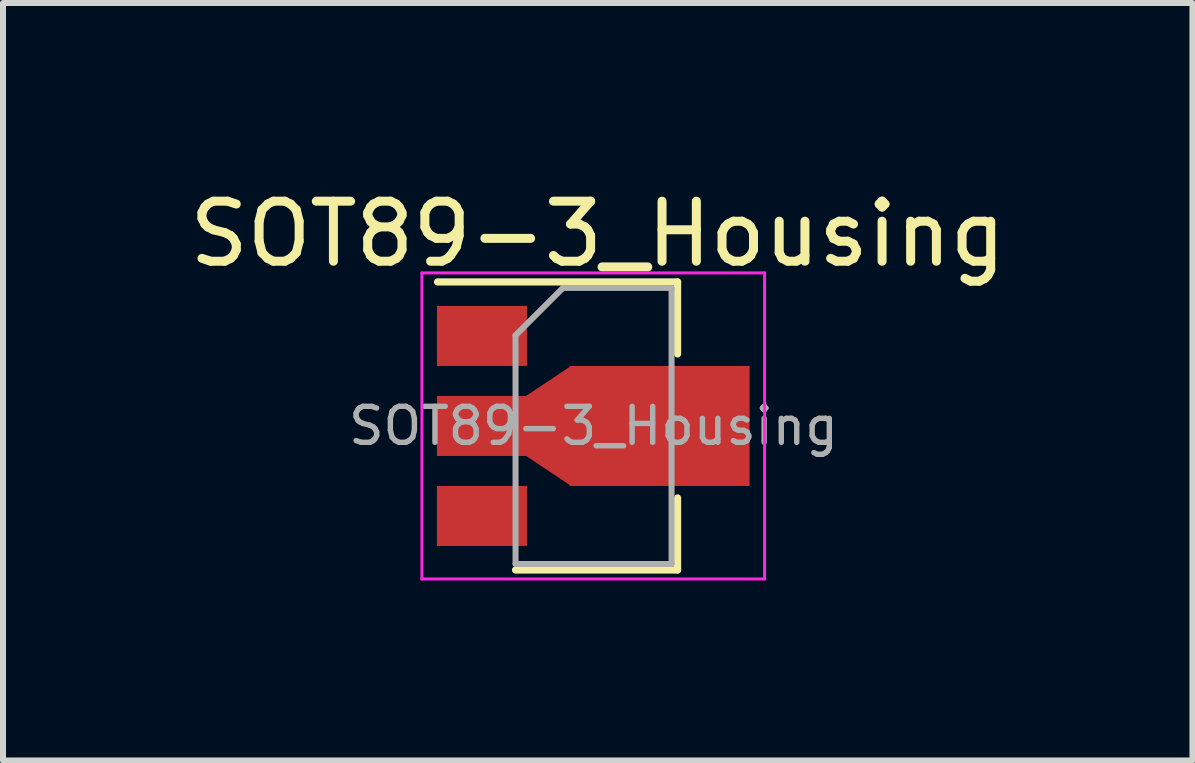
<source format=kicad_pcb>
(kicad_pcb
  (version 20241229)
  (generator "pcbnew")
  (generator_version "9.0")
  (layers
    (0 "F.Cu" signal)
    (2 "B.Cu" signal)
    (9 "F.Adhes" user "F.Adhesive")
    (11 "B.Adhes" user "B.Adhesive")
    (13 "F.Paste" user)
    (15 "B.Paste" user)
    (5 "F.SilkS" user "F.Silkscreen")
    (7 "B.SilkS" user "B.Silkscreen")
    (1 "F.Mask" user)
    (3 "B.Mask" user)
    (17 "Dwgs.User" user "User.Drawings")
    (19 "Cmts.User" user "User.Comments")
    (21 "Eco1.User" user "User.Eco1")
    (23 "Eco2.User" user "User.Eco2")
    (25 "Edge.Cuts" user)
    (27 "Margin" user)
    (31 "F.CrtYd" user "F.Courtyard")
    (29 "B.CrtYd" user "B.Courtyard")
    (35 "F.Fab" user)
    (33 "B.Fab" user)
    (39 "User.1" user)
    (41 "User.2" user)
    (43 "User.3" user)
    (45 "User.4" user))
  (footprint "SOT89-3_Housing"
    (layer "F.Cu")
    (at 6.461 4.048)
    (property "Reference" "SOT89-3_Housing" (at 0.45 -3.2 0) (layer "F.SilkS") (effects (font (size 1 1) (thickness 0.15))))
    (attr smd)
    (fp_line (start -2.22 -2.4) (end 1.78 -2.4) (stroke (width 0.12) (type solid)) (layer "F.SilkS"))
    (fp_line (start 1.78 -2.4) (end 1.78 -1.2) (stroke (width 0.12) (type solid)) (layer "F.SilkS"))
    (fp_line (start 1.78 1.2) (end 1.78 2.4) (stroke (width 0.12) (type solid)) (layer "F.SilkS"))
    (fp_line (start 1.78 2.4) (end -0.92 2.4) (stroke (width 0.12) (type solid)) (layer "F.SilkS"))
    (fp_line (start -2.48 2.55) (end -2.48 -2.55) (stroke (width 0.05) (type solid)) (layer "F.CrtYd"))
    (fp_line (start -2.48 2.55) (end 3.23 2.55) (stroke (width 0.05) (type solid)) (layer "F.CrtYd"))
    (fp_line (start 3.23 -2.55) (end -2.48 -2.55) (stroke (width 0.05) (type solid)) (layer "F.CrtYd"))
    (fp_line (start 3.23 -2.55) (end 3.23 2.55) (stroke (width 0.05) (type solid)) (layer "F.CrtYd"))
    (fp_line (start -0.92 -1.51) (end -0.13 -2.3) (stroke (width 0.1) (type solid)) (layer "F.Fab"))
    (fp_line (start -0.92 2.3) (end -0.92 -1.51) (stroke (width 0.1) (type solid)) (layer "F.Fab"))
    (fp_line (start -0.13 -2.3) (end 1.68 -2.3) (stroke (width 0.1) (type solid)) (layer "F.Fab"))
    (fp_line (start 1.68 -2.3) (end 1.68 2.3) (stroke (width 0.1) (type solid)) (layer "F.Fab"))
    (fp_line (start 1.68 2.3) (end -0.92 2.3) (stroke (width 0.1) (type solid)) (layer "F.Fab"))
    (fp_text user "${REFERENCE}" (at 0.38 0 0) (layer "F.Fab") (effects (font (size 0.6 0.6) (thickness 0.09))))
    (pad "1" smd rect (at -1.48 -1.5 270) (size 1 1.5) (layers "F.Cu" "F.Mask" "F.Paste"))
    (pad "2" smd rect (at -1.48 0 270) (size 1 1.5) (layers "F.Cu" "F.Mask" "F.Paste"))
    (pad "2" smd trapezoid (at -0.37 0 90) (size 1.5 0.75) (rect_delta 0 0.5) (layers "F.Cu" "F.Mask" "F.Paste"))
    (pad "2" smd rect (at 1.48 0 270) (size 2 3) (layers "F.Cu" "F.Mask" "F.Paste"))
    (pad "3" smd rect (at -1.48 1.5 270) (size 1 1.5) (layers "F.Cu" "F.Mask" "F.Paste")))
  (gr_rect
    (start -3 -3)
    (end 16.821 9.623)
    (stroke (width 0.1) (type default))
    (fill no)
    (layer "Edge.Cuts")))
</source>
